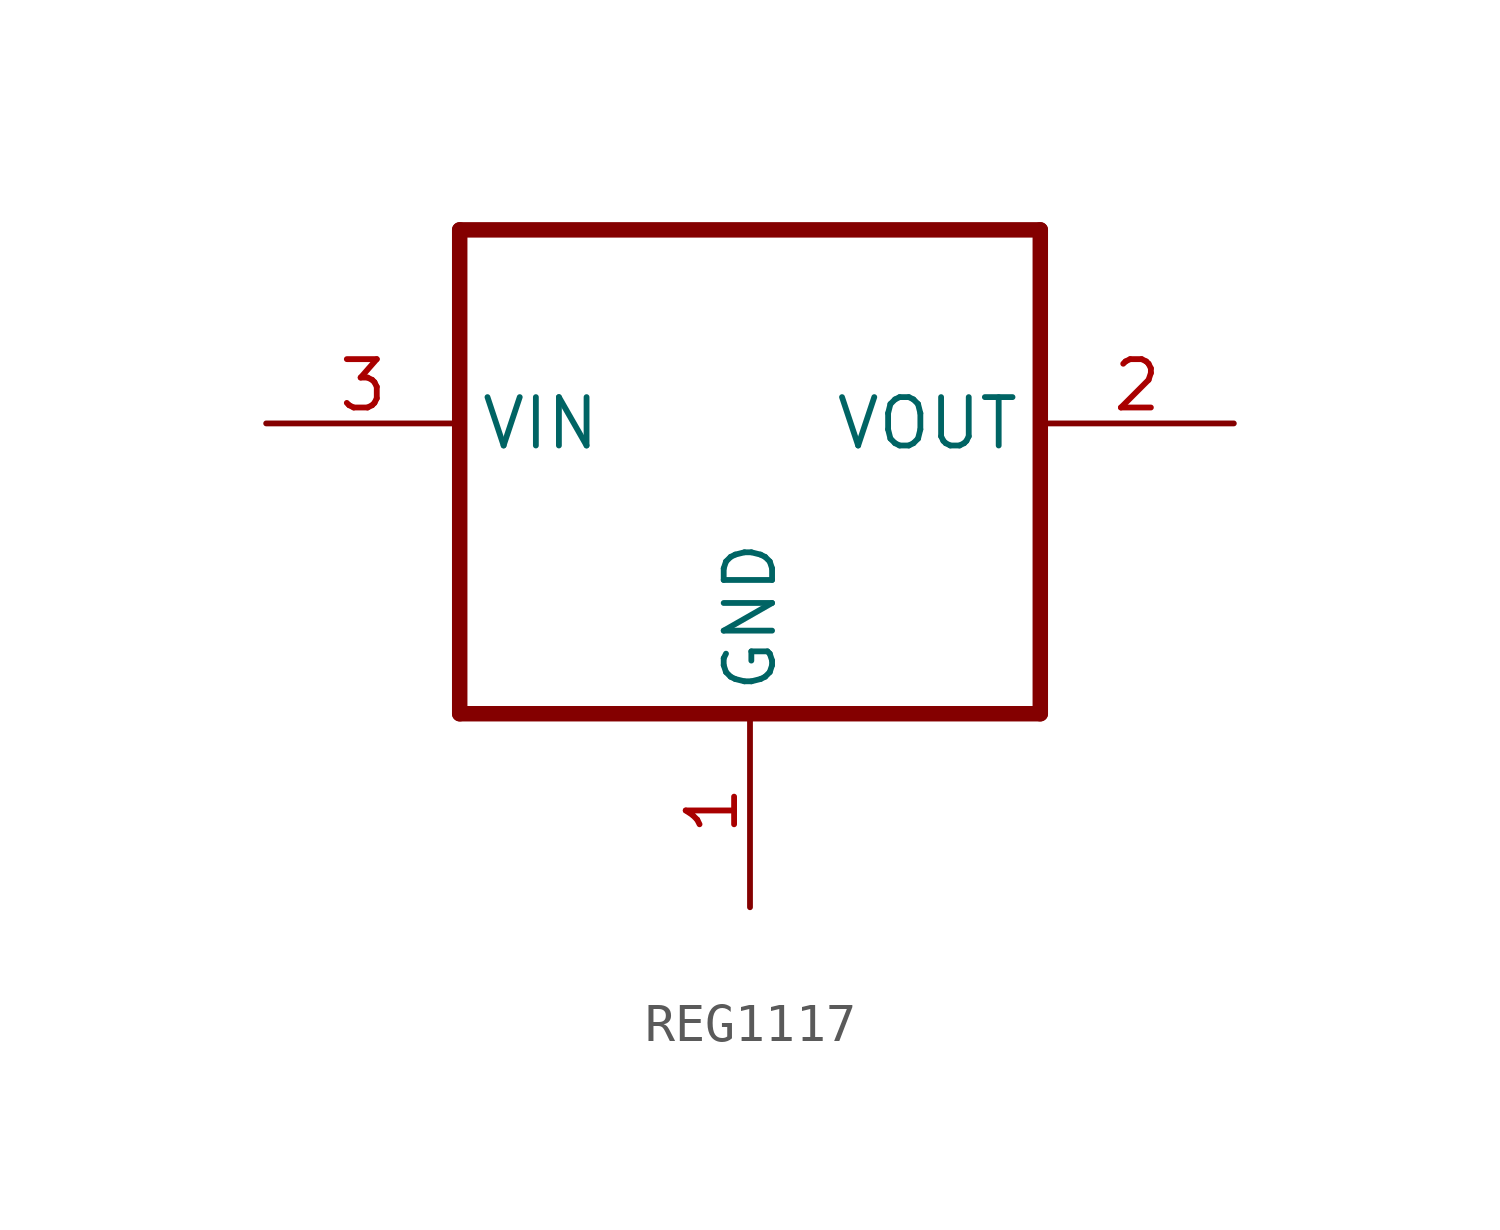
<source format=kicad_sym>
(kicad_symbol_lib
  (version 20231120)
  (generator "kicad_symbol_editor")
  (generator_version "8.0")
  (symbol "REG1117"
    (property "Reference" "IC"
      (at 0 0 0)
      (effects (font (size 1.27 1.27)) (hide yes)))
    (property "ki_locked" ""
      (at 0 0 0)
      (effects (font (size 1.27 1.27))))
    (symbol "REG1117_1_0"
      (polyline (pts (xy -7.62 -6.35) (xy 7.62 -6.35)) (stroke (width 0.406) (type solid)) (fill (type none)))
      (polyline (pts (xy -7.62 6.35) (xy -7.62 -6.35)) (stroke (width 0.406) (type solid)) (fill (type none)))
      (polyline (pts (xy 7.62 -6.35) (xy 7.62 6.35)) (stroke (width 0.406) (type solid)) (fill (type none)))
      (polyline (pts (xy 7.62 6.35) (xy -7.62 6.35)) (stroke (width 0.406) (type solid)) (fill (type none)))
      (pin power_in line (at 0 -11.43 90) (length 5.08) (name "GND" (effects (font (size 1.27 1.27)))) (number "1" (effects (font (size 1.27 1.27)))))
      (pin output line (at 12.7 1.27 180) (length 5.08) (name "VOUT" (effects (font (size 1.27 1.27)))) (number "2" (effects (font (size 1.27 1.27)))))
      (pin input line (at -12.7 1.27 0) (length 5.08) (name "VIN" (effects (font (size 1.27 1.27)))) (number "3" (effects (font (size 1.27 1.27))))))))
</source>
